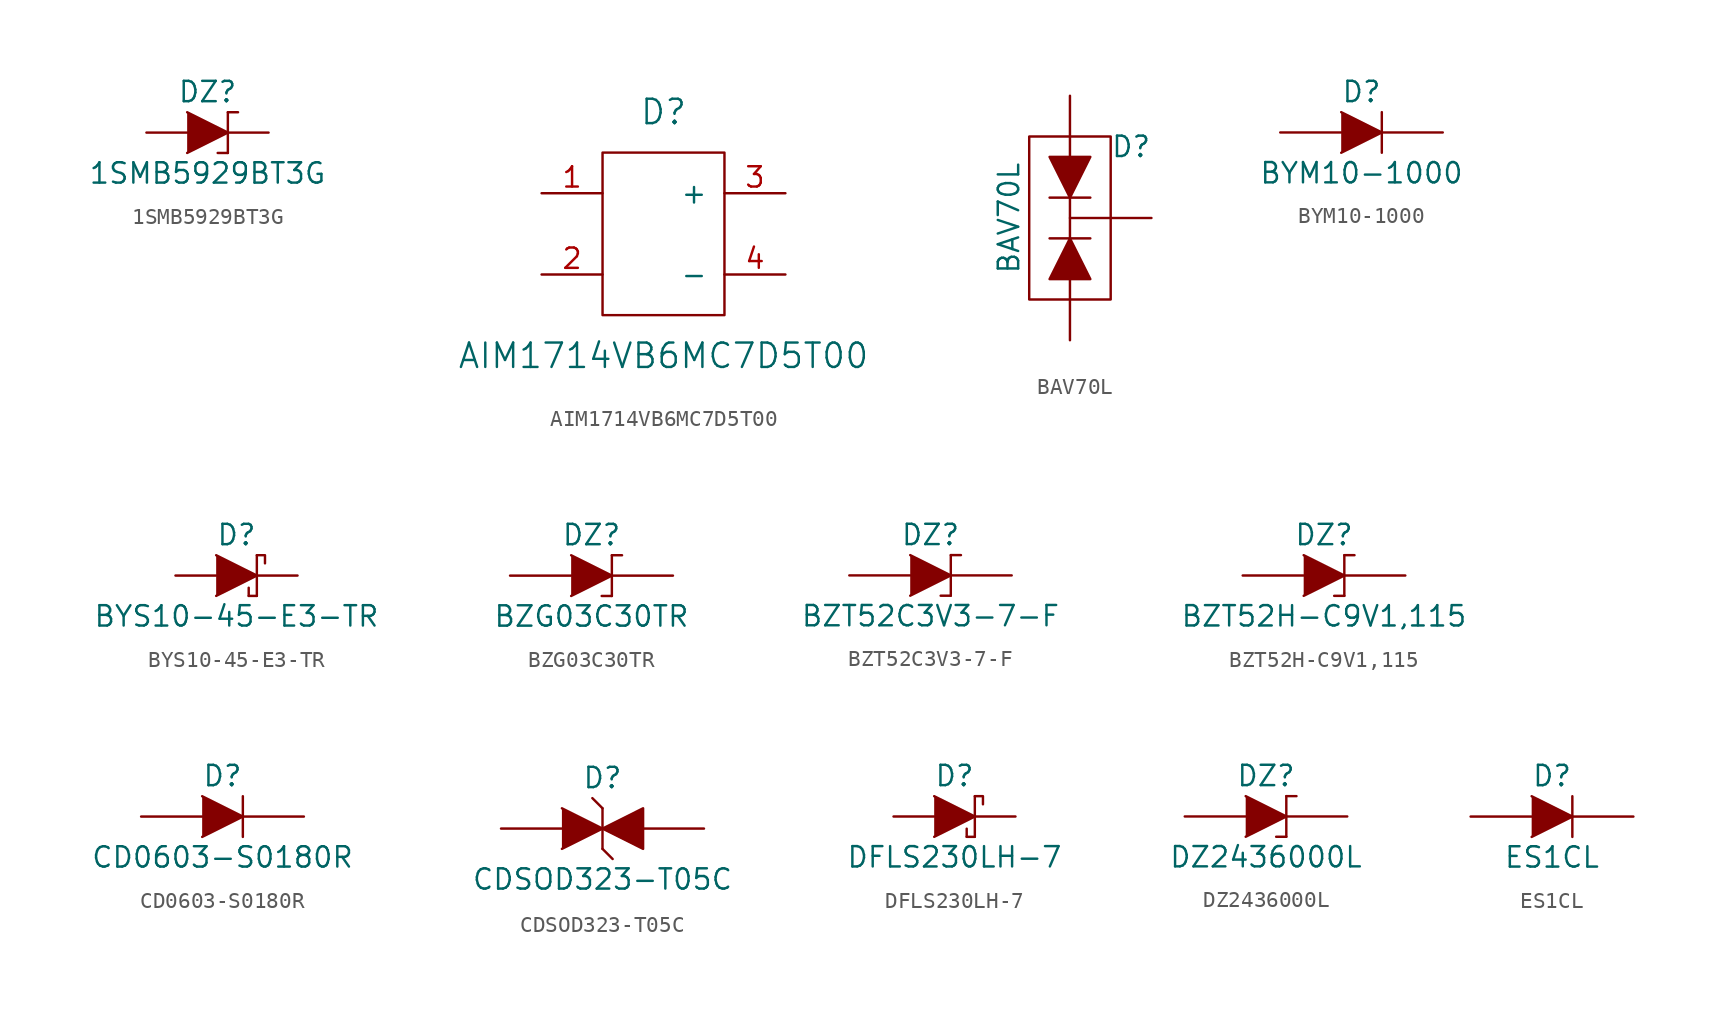
<source format=kicad_sym>
(kicad_symbol_lib
  (version 20201005)
  (generator kicad_symbol_editor)
  (symbol "1SMB5929BT3G"
    (pin_numbers hide)
    (pin_names
      (offset 1.016) hide)
    (property "Reference" "DZ"
      (at 0 2.54 0)
      (effects (font (size 1.27 1.27))))
    (property "Value" "1SMB5929BT3G"
      (at 0 -2.54 0)
      (effects (font (size 1.27 1.27))))
    (symbol "1SMB5929BT3G_0_1"
      (polyline (pts (xy 0.635 -1.27) (xy 1.27 -1.27)) (stroke (width 0)) (fill (type none)))
      (polyline (pts (xy 1.27 1.27) (xy 1.27 -1.27)) (stroke (width 0.152)) (fill (type none)))
      (polyline (pts (xy 1.27 1.27) (xy 1.905 1.27)) (stroke (width 0)) (fill (type none)))
      (polyline (pts (xy -1.27 1.27) (xy 1.27 0) (xy -1.27 -1.27)) (stroke (width 0)) (fill (type outline))))
    (symbol "1SMB5929BT3G_1_1"
      (pin passive line (at -3.81 0 0) (length 2.54) (name "A" (effects (font (size 1.016 1.016)))) (number "1" (effects (font (size 1.016 1.016)))))
      (pin passive line (at 3.81 0 180) (length 2.54) (name "K" (effects (font (size 1.016 1.016)))) (number "2" (effects (font (size 1.016 1.016)))))))
  (symbol "AIM1714VB6MC7D5T00"
    (pin_names
      (offset 1.016))
    (property "Reference" "D"
      (at 0 7.62 0)
      (effects (font (size 1.524 1.524))))
    (property "Value" "AIM1714VB6MC7D5T00"
      (at 0 -7.62 0)
      (effects (font (size 1.524 1.524))))
    (symbol "AIM1714VB6MC7D5T00_0_1"
      (rectangle (start -3.81 5.08) (end 3.81 -5.08) (stroke (width 0)) (fill (type none))))
    (symbol "AIM1714VB6MC7D5T00_1_1"
      (pin power_in line (at -7.62 2.54 0) (length 3.81) (name "~~" (effects (font (size 1.27 1.27)))) (number "1" (effects (font (size 1.27 1.27)))))
      (pin power_in line (at -7.62 -2.54 0) (length 3.81) (name "~~" (effects (font (size 1.27 1.27)))) (number "2" (effects (font (size 1.27 1.27)))))
      (pin power_out line (at 7.62 2.54 180) (length 3.81) (name "+" (effects (font (size 1.27 1.27)))) (number "3" (effects (font (size 1.27 1.27)))))
      (pin power_out line (at 7.62 -2.54 180) (length 3.81) (name "-" (effects (font (size 1.27 1.27)))) (number "4" (effects (font (size 1.27 1.27)))))))
  (symbol "BAV70L"
    (pin_numbers hide)
    (pin_names
      (offset 1.016) hide)
    (property "Reference" "D"
      (at 3.81 4.445 0)
      (effects (font (size 1.27 1.27))))
    (property "Value" "BAV70L"
      (at -3.81 0 90)
      (effects (font (size 1.27 1.27))))
    (symbol "BAV70L_0_1"
      (rectangle (start -2.54 5.08) (end 2.54 -5.08) (stroke (width 0)) (fill (type none)))
      (polyline (pts (xy -1.27 -1.27) (xy 1.27 -1.27)) (stroke (width 0)) (fill (type none)))
      (polyline (pts (xy -1.27 1.27) (xy 1.27 1.27)) (stroke (width 0)) (fill (type none)))
      (polyline (pts (xy 0 -1.27) (xy 0 1.27)) (stroke (width 0)) (fill (type none)))
      (polyline (pts (xy 0 -1.27) (xy -1.27 -3.81) (xy 1.27 -3.81) (xy 0 -1.27)) (stroke (width 0)) (fill (type outline)))
      (polyline (pts (xy 0 1.27) (xy -1.27 3.81) (xy 1.27 3.81) (xy 0 1.27)) (stroke (width 0)) (fill (type outline))))
    (symbol "BAV70L_1_1"
      (pin passive line (at 0 -7.62 90) (length 3.81) (name "A1" (effects (font (size 1.016 1.016)))) (number "1" (effects (font (size 1.016 1.016)))))
      (pin passive line (at 0 7.62 270) (length 3.81) (name "A2" (effects (font (size 1.016 1.016)))) (number "2" (effects (font (size 1.016 1.016)))))
      (pin unspecified line (at 5.08 0 180) (length 5.08) (name "C" (effects (font (size 1.27 1.27)))) (number "3" (effects (font (size 1.27 1.27)))))))
  (symbol "BYM10-1000"
    (pin_numbers hide)
    (pin_names
      (offset 1.016) hide)
    (property "Reference" "D"
      (at 0 2.54 0)
      (effects (font (size 1.27 1.27))))
    (property "Value" "BYM10-1000"
      (at 0 -2.54 0)
      (effects (font (size 1.27 1.27))))
    (symbol "BYM10-1000_0_1"
      (polyline (pts (xy 1.27 1.27) (xy 1.27 -1.27)) (stroke (width 0.152)) (fill (type none)))
      (polyline (pts (xy -1.27 1.27) (xy 1.27 0) (xy -1.27 -1.27)) (stroke (width 0)) (fill (type outline))))
    (symbol "BYM10-1000_1_1"
      (pin passive line (at -5.08 0 0) (length 3.81) (name "A" (effects (font (size 1.016 1.016)))) (number "1" (effects (font (size 1.016 1.016)))))
      (pin passive line (at 5.08 0 180) (length 3.81) (name "K" (effects (font (size 1.016 1.016)))) (number "2" (effects (font (size 1.016 1.016)))))))
  (symbol "BYS10-45-E3-TR"
    (pin_numbers hide)
    (pin_names
      (offset 1.016) hide)
    (property "Reference" "D"
      (at 0 2.54 0)
      (effects (font (size 1.27 1.27))))
    (property "Value" "BYS10-45-E3-TR"
      (at 0 -2.54 0)
      (effects (font (size 1.27 1.27))))
    (symbol "BYS10-45-E3-TR_0_1"
      (polyline (pts (xy 0.762 -1.27) (xy 0.762 -0.762)) (stroke (width 0)) (fill (type none)))
      (polyline (pts (xy 0.762 -1.27) (xy 1.27 -1.27)) (stroke (width 0)) (fill (type none)))
      (polyline (pts (xy 1.27 1.27) (xy 1.27 -1.27)) (stroke (width 0.152)) (fill (type none)))
      (polyline (pts (xy -1.27 1.27) (xy 1.27 0) (xy -1.27 -1.27)) (stroke (width 0)) (fill (type outline)))
      (polyline (pts (xy 1.27 1.27) (xy 1.778 1.27) (xy 1.778 0.762)) (stroke (width 0)) (fill (type none))))
    (symbol "BYS10-45-E3-TR_1_1"
      (pin passive line (at -3.81 0 0) (length 2.54) (name "A" (effects (font (size 1.016 1.016)))) (number "1" (effects (font (size 1.016 1.016)))))
      (pin passive line (at 3.81 0 180) (length 2.54) (name "K" (effects (font (size 1.016 1.016)))) (number "2" (effects (font (size 1.016 1.016)))))))
  (symbol "BZG03C30TR"
    (pin_numbers hide)
    (pin_names
      (offset 1.016) hide)
    (property "Reference" "DZ"
      (at 0 2.54 0)
      (effects (font (size 1.27 1.27))))
    (property "Value" "BZG03C30TR"
      (at 0 -2.54 0)
      (effects (font (size 1.27 1.27))))
    (symbol "BZG03C30TR_0_1"
      (polyline (pts (xy 0.635 -1.27) (xy 1.27 -1.27)) (stroke (width 0)) (fill (type none)))
      (polyline (pts (xy 1.27 1.27) (xy 1.27 -1.27)) (stroke (width 0.152)) (fill (type none)))
      (polyline (pts (xy 1.27 1.27) (xy 1.905 1.27)) (stroke (width 0)) (fill (type none)))
      (polyline (pts (xy -1.27 1.27) (xy 1.27 0) (xy -1.27 -1.27)) (stroke (width 0)) (fill (type outline))))
    (symbol "BZG03C30TR_1_1"
      (pin passive line (at -5.08 0 0) (length 3.81) (name "A" (effects (font (size 1.016 1.016)))) (number "1" (effects (font (size 1.016 1.016)))))
      (pin passive line (at 5.08 0 180) (length 3.81) (name "K" (effects (font (size 1.016 1.016)))) (number "2" (effects (font (size 1.016 1.016)))))))
  (symbol "BZT52C3V3-7-F"
    (pin_numbers hide)
    (pin_names
      (offset 1.016) hide)
    (property "Reference" "DZ"
      (at 0 2.54 0)
      (effects (font (size 1.27 1.27))))
    (property "Value" "BZT52C3V3-7-F"
      (at 0 -2.54 0)
      (effects (font (size 1.27 1.27))))
    (symbol "BZT52C3V3-7-F_0_1"
      (polyline (pts (xy 0.635 -1.27) (xy 1.27 -1.27)) (stroke (width 0)) (fill (type none)))
      (polyline (pts (xy 1.27 1.27) (xy 1.27 -1.27)) (stroke (width 0.152)) (fill (type none)))
      (polyline (pts (xy 1.27 1.27) (xy 1.905 1.27)) (stroke (width 0)) (fill (type none)))
      (polyline (pts (xy -1.27 1.27) (xy 1.27 0) (xy -1.27 -1.27)) (stroke (width 0)) (fill (type outline))))
    (symbol "BZT52C3V3-7-F_1_1"
      (pin passive line (at -5.08 0 0) (length 3.81) (name "A" (effects (font (size 1.016 1.016)))) (number "1" (effects (font (size 1.016 1.016)))))
      (pin passive line (at 5.08 0 180) (length 3.81) (name "K" (effects (font (size 1.016 1.016)))) (number "2" (effects (font (size 1.016 1.016)))))))
  (symbol "BZT52H-C9V1,115"
    (pin_numbers hide)
    (pin_names
      (offset 1.016) hide)
    (property "Reference" "DZ"
      (at 0 2.54 0)
      (effects (font (size 1.27 1.27))))
    (property "Value" "BZT52H-C9V1,115"
      (at 0 -2.54 0)
      (effects (font (size 1.27 1.27))))
    (symbol "BZT52H-C9V1,115_0_1"
      (polyline (pts (xy 0.635 -1.27) (xy 1.27 -1.27)) (stroke (width 0)) (fill (type none)))
      (polyline (pts (xy 1.27 1.27) (xy 1.27 -1.27)) (stroke (width 0.152)) (fill (type none)))
      (polyline (pts (xy 1.27 1.27) (xy 1.905 1.27)) (stroke (width 0)) (fill (type none)))
      (polyline (pts (xy -1.27 1.27) (xy 1.27 0) (xy -1.27 -1.27)) (stroke (width 0)) (fill (type outline))))
    (symbol "BZT52H-C9V1,115_1_1"
      (pin passive line (at -5.08 0 0) (length 3.81) (name "A" (effects (font (size 1.016 1.016)))) (number "1" (effects (font (size 1.016 1.016)))))
      (pin passive line (at 5.08 0 180) (length 3.81) (name "K" (effects (font (size 1.016 1.016)))) (number "2" (effects (font (size 1.016 1.016)))))))
  (symbol "CD0603-S0180R"
    (pin_numbers hide)
    (pin_names
      (offset 1.016) hide)
    (property "Reference" "D"
      (at 0 2.54 0)
      (effects (font (size 1.27 1.27))))
    (property "Value" "CD0603-S0180R"
      (at 0 -2.54 0)
      (effects (font (size 1.27 1.27))))
    (symbol "CD0603-S0180R_0_1"
      (polyline (pts (xy 1.27 1.27) (xy 1.27 -1.27)) (stroke (width 0.152)) (fill (type none)))
      (polyline (pts (xy -1.27 1.27) (xy 1.27 0) (xy -1.27 -1.27)) (stroke (width 0)) (fill (type outline))))
    (symbol "CD0603-S0180R_1_1"
      (pin passive line (at -5.08 0 0) (length 3.81) (name "A" (effects (font (size 1.016 1.016)))) (number "1" (effects (font (size 1.016 1.016)))))
      (pin passive line (at 5.08 0 180) (length 3.81) (name "K" (effects (font (size 1.016 1.016)))) (number "2" (effects (font (size 1.016 1.016)))))))
  (symbol "CDSOD323-T05C"
    (pin_numbers hide)
    (pin_names
      (offset 1.016) hide)
    (property "Reference" "D"
      (at 0 3.175 0)
      (effects (font (size 1.27 1.27))))
    (property "Value" "CDSOD323-T05C"
      (at 0 -3.175 0)
      (effects (font (size 1.27 1.27))))
    (symbol "CDSOD323-T05C_0_1"
      (polyline (pts (xy 0 -1.27) (xy 0.635 -1.905)) (stroke (width 0)) (fill (type none)))
      (polyline (pts (xy 0 1.27) (xy -0.635 1.905)) (stroke (width 0)) (fill (type none)))
      (polyline (pts (xy 0 1.27) (xy 0 -1.27)) (stroke (width 0.152)) (fill (type none)))
      (polyline (pts (xy -2.54 1.27) (xy 0 0) (xy -2.54 -1.27)) (stroke (width 0)) (fill (type outline)))
      (polyline (pts (xy 0 0) (xy 2.54 1.27) (xy 2.54 -1.27) (xy 0 0)) (stroke (width 0)) (fill (type outline))))
    (symbol "CDSOD323-T05C_1_1"
      (pin passive line (at -6.35 0 0) (length 3.81) (name "~" (effects (font (size 1.016 1.016)))) (number "1" (effects (font (size 1.016 1.016)))))
      (pin passive line (at 6.35 0 180) (length 3.81) (name "~" (effects (font (size 1.016 1.016)))) (number "2" (effects (font (size 1.016 1.016)))))))
  (symbol "DFLS230LH-7"
    (pin_numbers hide)
    (pin_names
      (offset 1.016) hide)
    (property "Reference" "D"
      (at 0 2.54 0)
      (effects (font (size 1.27 1.27))))
    (property "Value" "DFLS230LH-7"
      (at 0 -2.54 0)
      (effects (font (size 1.27 1.27))))
    (symbol "DFLS230LH-7_0_1"
      (polyline (pts (xy 0.762 -1.27) (xy 0.762 -0.762)) (stroke (width 0)) (fill (type none)))
      (polyline (pts (xy 0.762 -1.27) (xy 1.27 -1.27)) (stroke (width 0)) (fill (type none)))
      (polyline (pts (xy 1.27 1.27) (xy 1.27 -1.27)) (stroke (width 0.152)) (fill (type none)))
      (polyline (pts (xy -1.27 1.27) (xy 1.27 0) (xy -1.27 -1.27)) (stroke (width 0)) (fill (type outline)))
      (polyline (pts (xy 1.27 1.27) (xy 1.778 1.27) (xy 1.778 0.762)) (stroke (width 0)) (fill (type none))))
    (symbol "DFLS230LH-7_1_1"
      (pin passive line (at -3.81 0 0) (length 2.54) (name "A" (effects (font (size 1.016 1.016)))) (number "1" (effects (font (size 1.016 1.016)))))
      (pin passive line (at 3.81 0 180) (length 2.54) (name "K" (effects (font (size 1.016 1.016)))) (number "2" (effects (font (size 1.016 1.016)))))))
  (symbol "DZ2436000L"
    (pin_numbers hide)
    (pin_names
      (offset 1.016) hide)
    (property "Reference" "DZ"
      (at 0 2.54 0)
      (effects (font (size 1.27 1.27))))
    (property "Value" "DZ2436000L"
      (at 0 -2.54 0)
      (effects (font (size 1.27 1.27))))
    (symbol "DZ2436000L_0_1"
      (polyline (pts (xy 0.635 -1.27) (xy 1.27 -1.27)) (stroke (width 0)) (fill (type none)))
      (polyline (pts (xy 1.27 1.27) (xy 1.27 -1.27)) (stroke (width 0.152)) (fill (type none)))
      (polyline (pts (xy 1.27 1.27) (xy 1.905 1.27)) (stroke (width 0)) (fill (type none)))
      (polyline (pts (xy -1.27 1.27) (xy 1.27 0) (xy -1.27 -1.27)) (stroke (width 0)) (fill (type outline))))
    (symbol "DZ2436000L_1_1"
      (pin passive line (at -5.08 0 0) (length 3.81) (name "A" (effects (font (size 1.016 1.016)))) (number "1" (effects (font (size 1.016 1.016)))))
      (pin passive line (at 5.08 0 180) (length 3.81) (name "K" (effects (font (size 1.016 1.016)))) (number "2" (effects (font (size 1.016 1.016)))))))
  (symbol "ES1CL"
    (pin_numbers hide)
    (pin_names
      (offset 1.016) hide)
    (property "Reference" "D"
      (at 0 2.54 0)
      (effects (font (size 1.27 1.27))))
    (property "Value" "ES1CL"
      (at 0 -2.54 0)
      (effects (font (size 1.27 1.27))))
    (symbol "ES1CL_0_1"
      (polyline (pts (xy 1.27 1.27) (xy 1.27 -1.27)) (stroke (width 0.152)) (fill (type none)))
      (polyline (pts (xy -1.27 1.27) (xy 1.27 0) (xy -1.27 -1.27)) (stroke (width 0)) (fill (type outline))))
    (symbol "ES1CL_1_1"
      (pin passive line (at -5.08 0 0) (length 3.81) (name "A" (effects (font (size 1.016 1.016)))) (number "1" (effects (font (size 1.016 1.016)))))
      (pin passive line (at 5.08 0 180) (length 3.81) (name "K" (effects (font (size 1.016 1.016)))) (number "2" (effects (font (size 1.016 1.016))))))))
</source>
